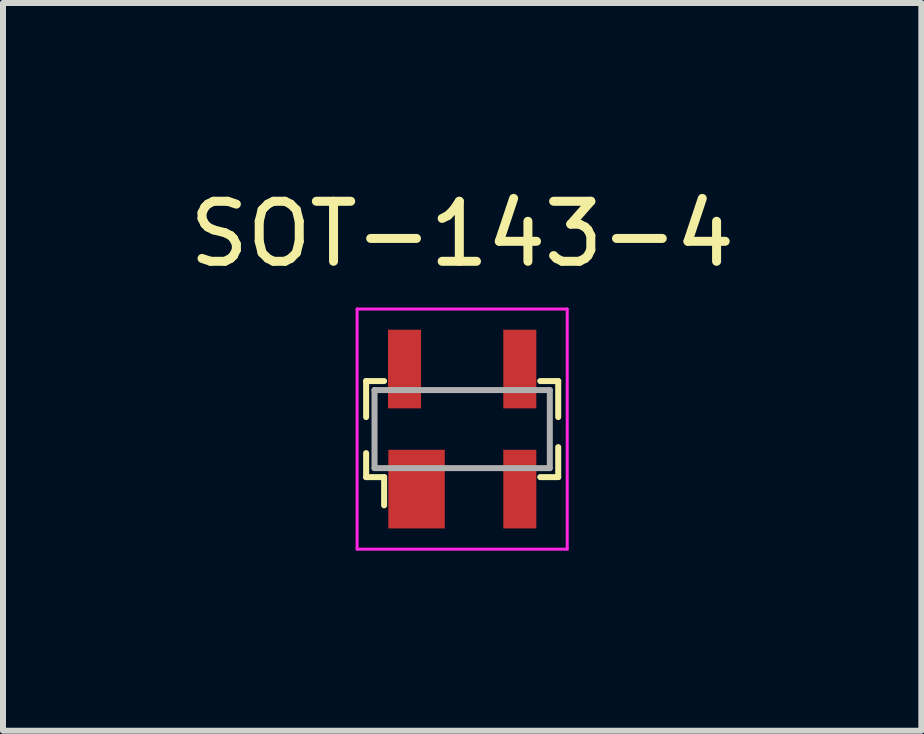
<source format=kicad_pcb>
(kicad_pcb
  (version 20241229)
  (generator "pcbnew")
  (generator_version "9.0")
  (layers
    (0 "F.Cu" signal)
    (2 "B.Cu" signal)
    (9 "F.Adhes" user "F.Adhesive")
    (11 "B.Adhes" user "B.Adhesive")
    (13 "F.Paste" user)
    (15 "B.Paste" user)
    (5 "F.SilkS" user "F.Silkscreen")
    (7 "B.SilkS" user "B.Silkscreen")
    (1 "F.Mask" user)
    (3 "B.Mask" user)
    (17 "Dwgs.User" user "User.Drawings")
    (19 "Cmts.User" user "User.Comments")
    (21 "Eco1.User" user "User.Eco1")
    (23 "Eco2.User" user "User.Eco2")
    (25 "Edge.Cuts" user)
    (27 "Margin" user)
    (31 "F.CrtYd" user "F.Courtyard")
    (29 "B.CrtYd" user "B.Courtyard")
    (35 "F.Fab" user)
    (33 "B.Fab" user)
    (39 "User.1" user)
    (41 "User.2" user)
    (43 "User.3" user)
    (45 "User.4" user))
  (footprint "SOT-143-4"
    (layer "F.Cu")
    (at 4.649 4.098)
    (property "Reference" "SOT-143-4" (at 0 -3.25 0) (layer "F.SilkS") (effects (font (size 1 1) (thickness 0.15))))
    (attr smd)
    (fp_line (start -1.6 -0.8) (end -1.6 -0.2) (stroke (width 0.1) (type solid)) (layer "F.SilkS"))
    (fp_line (start -1.6 0.8) (end -1.6 0.4) (stroke (width 0.1) (type solid)) (layer "F.SilkS"))
    (fp_line (start -1.3 -0.8) (end -1.6 -0.8) (stroke (width 0.1) (type solid)) (layer "F.SilkS"))
    (fp_line (start -1.3 0.8) (end -1.6 0.8) (stroke (width 0.1) (type solid)) (layer "F.SilkS"))
    (fp_line (start -1.3 0.8) (end -1.3 1.27) (stroke (width 0.1) (type solid)) (layer "F.SilkS"))
    (fp_line (start 1.3 -0.8) (end 1.6 -0.8) (stroke (width 0.1) (type solid)) (layer "F.SilkS"))
    (fp_line (start 1.3 0.8) (end 1.6 0.8) (stroke (width 0.1) (type solid)) (layer "F.SilkS"))
    (fp_line (start 1.6 -0.8) (end 1.6 -0.2) (stroke (width 0.1) (type solid)) (layer "F.SilkS"))
    (fp_line (start 1.6 0.8) (end 1.6 0.3) (stroke (width 0.1) (type solid)) (layer "F.SilkS"))
    (fp_line (start -1.75 -2) (end -1.75 2) (stroke (width 0.05) (type solid)) (layer "F.CrtYd"))
    (fp_line (start 1.75 -2) (end -1.75 -2) (stroke (width 0.05) (type solid)) (layer "F.CrtYd"))
    (fp_line (start 1.75 -2) (end 1.75 2) (stroke (width 0.05) (type solid)) (layer "F.CrtYd"))
    (fp_line (start 1.75 2) (end -1.75 2) (stroke (width 0.05) (type solid)) (layer "F.CrtYd"))
    (fp_line (start -1.46 0.65) (end -1.46 -0.65) (stroke (width 0.1) (type solid)) (layer "F.Fab"))
    (fp_line (start -1.46 0.65) (end 1.46 0.65) (stroke (width 0.1) (type solid)) (layer "F.Fab"))
    (fp_line (start 1.46 -0.65) (end -1.46 -0.65) (stroke (width 0.1) (type solid)) (layer "F.Fab"))
    (fp_line (start 1.46 -0.65) (end 1.46 0.65) (stroke (width 0.1) (type solid)) (layer "F.Fab"))
    (pad "1" smd rect (at -0.76 1) (size 0.94 1.31) (layers "F.Cu" "F.Mask" "F.Paste"))
    (pad "2" smd rect (at 0.96 1) (size 0.55 1.31) (layers "F.Cu" "F.Mask" "F.Paste"))
    (pad "3" smd rect (at 0.96 -1) (size 0.55 1.31) (layers "F.Cu" "F.Mask" "F.Paste"))
    (pad "4" smd rect (at -0.96 -1) (size 0.55 1.31) (layers "F.Cu" "F.Mask" "F.Paste")))
  (gr_rect
    (start -3 -3)
    (end 12.298 9.123)
    (stroke (width 0.1) (type default))
    (fill no)
    (layer "Edge.Cuts")))
</source>
